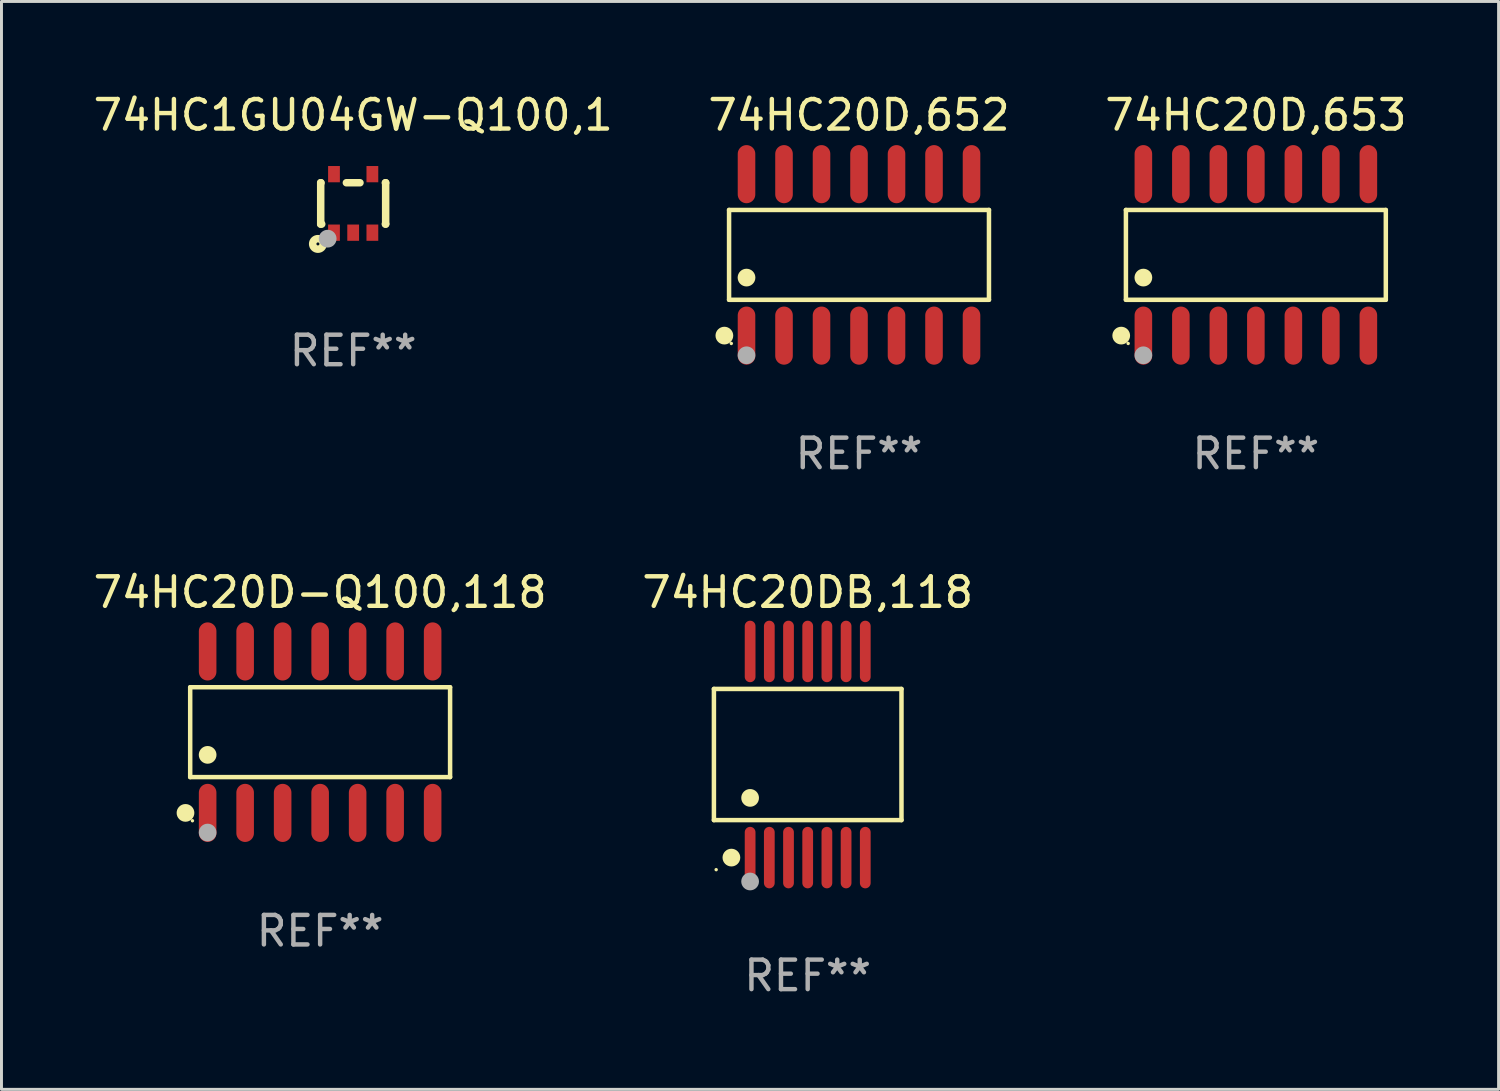
<source format=kicad_pcb>
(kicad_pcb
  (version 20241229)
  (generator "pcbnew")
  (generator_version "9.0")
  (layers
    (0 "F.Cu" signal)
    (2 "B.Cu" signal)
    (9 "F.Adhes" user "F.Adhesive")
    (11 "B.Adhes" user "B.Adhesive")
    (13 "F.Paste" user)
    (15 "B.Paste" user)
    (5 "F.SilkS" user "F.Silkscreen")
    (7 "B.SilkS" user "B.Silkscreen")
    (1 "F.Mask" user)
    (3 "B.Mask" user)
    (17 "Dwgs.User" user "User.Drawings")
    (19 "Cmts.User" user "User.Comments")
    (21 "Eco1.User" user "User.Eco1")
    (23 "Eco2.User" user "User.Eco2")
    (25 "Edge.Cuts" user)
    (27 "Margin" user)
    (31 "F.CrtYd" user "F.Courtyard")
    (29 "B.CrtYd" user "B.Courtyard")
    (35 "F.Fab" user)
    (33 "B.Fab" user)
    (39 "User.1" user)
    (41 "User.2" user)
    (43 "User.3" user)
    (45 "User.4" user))
  (footprint "74HC20DB,118"
    (layer "F.Cu")
    (at 24.304 22.503)
    (property "Reference" "74HC20DB,118" (at 0 -5.491 0) (layer "F.SilkS") (effects (font (size 1 1) (thickness 0.15))))
    (attr through_hole)
    (fp_line (start -3.176 -2.221) (end 3.176 -2.221) (stroke (width 0.152) (type solid)) (layer "F.SilkS"))
    (fp_line (start -3.176 2.221) (end -3.176 -2.221) (stroke (width 0.152) (type solid)) (layer "F.SilkS"))
    (fp_line (start 3.176 -2.221) (end 3.176 2.221) (stroke (width 0.152) (type solid)) (layer "F.SilkS"))
    (fp_line (start 3.176 2.221) (end -3.176 2.221) (stroke (width 0.152) (type solid)) (layer "F.SilkS"))
    (fp_circle (center -3.1 3.9) (end -3.07 3.9) (stroke (width 0.06) (type solid)) (fill no) (layer "F.SilkS"))
    (fp_circle (center -2.584 3.491) (end -2.434 3.491) (stroke (width 0.3) (type solid)) (fill no) (layer "F.SilkS"))
    (fp_circle (center -1.95 1.469) (end -1.8 1.469) (stroke (width 0.3) (type solid)) (fill no) (layer "F.SilkS"))
    (fp_circle (center -1.95 4.3) (end -1.8 4.3) (stroke (width 0.3) (type solid)) (fill no) (layer "F.Fab"))
    (fp_text user "REF**" (at 0 7.491 0) (layer "F.Fab") (effects (font (size 1 1) (thickness 0.15))))
    (pad "1" smd oval (at -1.95 3.491) (size 0.364 2.082) (layers "F.Cu" "F.Mask" "F.Paste"))
    (pad "2" smd oval (at -1.3 3.491) (size 0.364 2.082) (layers "F.Cu" "F.Mask" "F.Paste"))
    (pad "3" smd oval (at -0.65 3.491) (size 0.364 2.082) (layers "F.Cu" "F.Mask" "F.Paste"))
    (pad "4" smd oval (at 0 3.491) (size 0.364 2.082) (layers "F.Cu" "F.Mask" "F.Paste"))
    (pad "5" smd oval (at 0.65 3.491) (size 0.364 2.082) (layers "F.Cu" "F.Mask" "F.Paste"))
    (pad "6" smd oval (at 1.3 3.491) (size 0.364 2.082) (layers "F.Cu" "F.Mask" "F.Paste"))
    (pad "7" smd oval (at 1.95 3.491) (size 0.364 2.082) (layers "F.Cu" "F.Mask" "F.Paste"))
    (pad "8" smd oval (at 1.95 -3.491) (size 0.364 2.082) (layers "F.Cu" "F.Mask" "F.Paste"))
    (pad "9" smd oval (at 1.3 -3.491) (size 0.364 2.082) (layers "F.Cu" "F.Mask" "F.Paste"))
    (pad "10" smd oval (at 0.65 -3.491) (size 0.364 2.082) (layers "F.Cu" "F.Mask" "F.Paste"))
    (pad "11" smd oval (at 0 -3.491) (size 0.364 2.082) (layers "F.Cu" "F.Mask" "F.Paste"))
    (pad "12" smd oval (at -0.65 -3.491) (size 0.364 2.082) (layers "F.Cu" "F.Mask" "F.Paste"))
    (pad "13" smd oval (at -1.3 -3.491) (size 0.364 2.082) (layers "F.Cu" "F.Mask" "F.Paste"))
    (pad "14" smd oval (at -1.95 -3.491) (size 0.364 2.082) (layers "F.Cu" "F.Mask" "F.Paste")))
  (footprint "74HC20D,652"
    (layer "F.Cu")
    (at 26.042 5.582)
    (property "Reference" "74HC20D,652" (at 0 -4.734 0) (layer "F.SilkS") (effects (font (size 1 1) (thickness 0.15))))
    (attr through_hole)
    (fp_line (start -4.401 -1.521) (end 4.401 -1.521) (stroke (width 0.152) (type solid)) (layer "F.SilkS"))
    (fp_line (start -4.401 1.521) (end -4.401 -1.521) (stroke (width 0.152) (type solid)) (layer "F.SilkS"))
    (fp_line (start 4.401 -1.521) (end 4.401 1.521) (stroke (width 0.152) (type solid)) (layer "F.SilkS"))
    (fp_line (start 4.401 1.521) (end -4.401 1.521) (stroke (width 0.152) (type solid)) (layer "F.SilkS"))
    (fp_circle (center -4.56 2.734) (end -4.41 2.734) (stroke (width 0.3) (type solid)) (fill no) (layer "F.SilkS"))
    (fp_circle (center -4.325 3) (end -4.295 3) (stroke (width 0.06) (type solid)) (fill no) (layer "F.SilkS"))
    (fp_circle (center -3.81 0.769) (end -3.66 0.769) (stroke (width 0.3) (type solid)) (fill no) (layer "F.SilkS"))
    (fp_circle (center -3.81 3.4) (end -3.66 3.4) (stroke (width 0.3) (type solid)) (fill no) (layer "F.Fab"))
    (fp_text user "REF**" (at 0 6.734 0) (layer "F.Fab") (effects (font (size 1 1) (thickness 0.15))))
    (pad "1" smd oval (at -3.81 2.734) (size 0.595 1.968) (layers "F.Cu" "F.Mask" "F.Paste"))
    (pad "2" smd oval (at -2.54 2.734) (size 0.595 1.968) (layers "F.Cu" "F.Mask" "F.Paste"))
    (pad "3" smd oval (at -1.27 2.734) (size 0.595 1.968) (layers "F.Cu" "F.Mask" "F.Paste"))
    (pad "4" smd oval (at 0 2.734) (size 0.595 1.968) (layers "F.Cu" "F.Mask" "F.Paste"))
    (pad "5" smd oval (at 1.27 2.734) (size 0.595 1.968) (layers "F.Cu" "F.Mask" "F.Paste"))
    (pad "6" smd oval (at 2.54 2.734) (size 0.595 1.968) (layers "F.Cu" "F.Mask" "F.Paste"))
    (pad "7" smd oval (at 3.81 2.734) (size 0.595 1.968) (layers "F.Cu" "F.Mask" "F.Paste"))
    (pad "8" smd oval (at 3.81 -2.734) (size 0.595 1.968) (layers "F.Cu" "F.Mask" "F.Paste"))
    (pad "9" smd oval (at 2.54 -2.734) (size 0.595 1.968) (layers "F.Cu" "F.Mask" "F.Paste"))
    (pad "10" smd oval (at 1.27 -2.734) (size 0.595 1.968) (layers "F.Cu" "F.Mask" "F.Paste"))
    (pad "11" smd oval (at 0 -2.734) (size 0.595 1.968) (layers "F.Cu" "F.Mask" "F.Paste"))
    (pad "12" smd oval (at -1.27 -2.734) (size 0.595 1.968) (layers "F.Cu" "F.Mask" "F.Paste"))
    (pad "13" smd oval (at -2.54 -2.734) (size 0.595 1.968) (layers "F.Cu" "F.Mask" "F.Paste"))
    (pad "14" smd oval (at -3.81 -2.734) (size 0.595 1.968) (layers "F.Cu" "F.Mask" "F.Paste")))
  (footprint "74HC1GU04GW-Q100,1"
    (layer "F.Cu")
    (at 8.911 3.839)
    (property "Reference" "74HC1GU04GW-Q100,1" (at 0 -2.991 0) (layer "F.SilkS") (effects (font (size 1 1) (thickness 0.15))))
    (attr through_hole)
    (fp_line (start -1.1 -0.7) (end -1.1 0.7) (stroke (width 0.254) (type solid)) (layer "F.SilkS"))
    (fp_line (start -1.1 -0.7) (end -1.09 -0.7) (stroke (width 0.254) (type solid)) (layer "F.SilkS"))
    (fp_line (start -1.1 0.7) (end -1.065 0.7) (stroke (width 0.254) (type solid)) (layer "F.SilkS"))
    (fp_line (start -0.23 -0.7) (end 0.23 -0.7) (stroke (width 0.254) (type solid)) (layer "F.SilkS"))
    (fp_line (start 1.09 -0.7) (end 1.1 -0.7) (stroke (width 0.254) (type solid)) (layer "F.SilkS"))
    (fp_line (start 1.09 0.7) (end 1.1 0.7) (stroke (width 0.254) (type solid)) (layer "F.SilkS"))
    (fp_line (start 1.1 -0.7) (end 1.1 0.7) (stroke (width 0.254) (type solid)) (layer "F.SilkS"))
    (fp_circle (center -1.194 1.372) (end -1.143 1.372) (stroke (width 0.254) (type solid)) (fill no) (layer "F.SilkS"))
    (fp_circle (center -1.05 1.063) (end -1.02 1.063) (stroke (width 0.06) (type solid)) (fill no) (layer "F.SilkS"))
    (fp_circle (center -0.864 1.194) (end -0.713 1.194) (stroke (width 0.3) (type solid)) (fill no) (layer "F.Fab"))
    (fp_text user "REF**" (at 0 4.991 0) (layer "F.Fab") (effects (font (size 1 1) (thickness 0.15))))
    (pad "1" smd rect (at -0.65 0.991 180) (size 0.399 0.551) (layers "F.Cu" "F.Mask" "F.Paste"))
    (pad "2" smd rect (at 0 0.991 180) (size 0.399 0.551) (layers "F.Cu" "F.Mask" "F.Paste"))
    (pad "3" smd rect (at 0.65 0.991 180) (size 0.399 0.551) (layers "F.Cu" "F.Mask" "F.Paste"))
    (pad "4" smd rect (at 0.65 -0.991 180) (size 0.399 0.551) (layers "F.Cu" "F.Mask" "F.Paste"))
    (pad "5" smd rect (at -0.65 -0.991 180) (size 0.399 0.551) (layers "F.Cu" "F.Mask" "F.Paste")))
  (footprint "74HC20D-Q100,118"
    (layer "F.Cu")
    (at 7.792 21.746)
    (property "Reference" "74HC20D-Q100,118" (at 0 -4.734 0) (layer "F.SilkS") (effects (font (size 1 1) (thickness 0.15))))
    (attr through_hole)
    (fp_line (start -4.401 -1.521) (end 4.401 -1.521) (stroke (width 0.152) (type solid)) (layer "F.SilkS"))
    (fp_line (start -4.401 1.521) (end -4.401 -1.521) (stroke (width 0.152) (type solid)) (layer "F.SilkS"))
    (fp_line (start 4.401 -1.521) (end 4.401 1.521) (stroke (width 0.152) (type solid)) (layer "F.SilkS"))
    (fp_line (start 4.401 1.521) (end -4.401 1.521) (stroke (width 0.152) (type solid)) (layer "F.SilkS"))
    (fp_circle (center -4.56 2.734) (end -4.41 2.734) (stroke (width 0.3) (type solid)) (fill no) (layer "F.SilkS"))
    (fp_circle (center -4.325 3) (end -4.295 3) (stroke (width 0.06) (type solid)) (fill no) (layer "F.SilkS"))
    (fp_circle (center -3.81 0.769) (end -3.66 0.769) (stroke (width 0.3) (type solid)) (fill no) (layer "F.SilkS"))
    (fp_circle (center -3.81 3.4) (end -3.66 3.4) (stroke (width 0.3) (type solid)) (fill no) (layer "F.Fab"))
    (fp_text user "REF**" (at 0 6.734 0) (layer "F.Fab") (effects (font (size 1 1) (thickness 0.15))))
    (pad "1" smd oval (at -3.81 2.734) (size 0.595 1.968) (layers "F.Cu" "F.Mask" "F.Paste"))
    (pad "2" smd oval (at -2.54 2.734) (size 0.595 1.968) (layers "F.Cu" "F.Mask" "F.Paste"))
    (pad "3" smd oval (at -1.27 2.734) (size 0.595 1.968) (layers "F.Cu" "F.Mask" "F.Paste"))
    (pad "4" smd oval (at 0 2.734) (size 0.595 1.968) (layers "F.Cu" "F.Mask" "F.Paste"))
    (pad "5" smd oval (at 1.27 2.734) (size 0.595 1.968) (layers "F.Cu" "F.Mask" "F.Paste"))
    (pad "6" smd oval (at 2.54 2.734) (size 0.595 1.968) (layers "F.Cu" "F.Mask" "F.Paste"))
    (pad "7" smd oval (at 3.81 2.734) (size 0.595 1.968) (layers "F.Cu" "F.Mask" "F.Paste"))
    (pad "8" smd oval (at 3.81 -2.734) (size 0.595 1.968) (layers "F.Cu" "F.Mask" "F.Paste"))
    (pad "9" smd oval (at 2.54 -2.734) (size 0.595 1.968) (layers "F.Cu" "F.Mask" "F.Paste"))
    (pad "10" smd oval (at 1.27 -2.734) (size 0.595 1.968) (layers "F.Cu" "F.Mask" "F.Paste"))
    (pad "11" smd oval (at 0 -2.734) (size 0.595 1.968) (layers "F.Cu" "F.Mask" "F.Paste"))
    (pad "12" smd oval (at -1.27 -2.734) (size 0.595 1.968) (layers "F.Cu" "F.Mask" "F.Paste"))
    (pad "13" smd oval (at -2.54 -2.734) (size 0.595 1.968) (layers "F.Cu" "F.Mask" "F.Paste"))
    (pad "14" smd oval (at -3.81 -2.734) (size 0.595 1.968) (layers "F.Cu" "F.Mask" "F.Paste")))
  (footprint "74HC20D,653"
    (layer "F.Cu")
    (at 39.482 5.582)
    (property "Reference" "74HC20D,653" (at 0 -4.734 0) (layer "F.SilkS") (effects (font (size 1 1) (thickness 0.15))))
    (attr through_hole)
    (fp_line (start -4.401 -1.521) (end 4.401 -1.521) (stroke (width 0.152) (type solid)) (layer "F.SilkS"))
    (fp_line (start -4.401 1.521) (end -4.401 -1.521) (stroke (width 0.152) (type solid)) (layer "F.SilkS"))
    (fp_line (start 4.401 -1.521) (end 4.401 1.521) (stroke (width 0.152) (type solid)) (layer "F.SilkS"))
    (fp_line (start 4.401 1.521) (end -4.401 1.521) (stroke (width 0.152) (type solid)) (layer "F.SilkS"))
    (fp_circle (center -4.56 2.734) (end -4.41 2.734) (stroke (width 0.3) (type solid)) (fill no) (layer "F.SilkS"))
    (fp_circle (center -4.325 3) (end -4.295 3) (stroke (width 0.06) (type solid)) (fill no) (layer "F.SilkS"))
    (fp_circle (center -3.81 0.769) (end -3.66 0.769) (stroke (width 0.3) (type solid)) (fill no) (layer "F.SilkS"))
    (fp_circle (center -3.81 3.4) (end -3.66 3.4) (stroke (width 0.3) (type solid)) (fill no) (layer "F.Fab"))
    (fp_text user "REF**" (at 0 6.734 0) (layer "F.Fab") (effects (font (size 1 1) (thickness 0.15))))
    (pad "1" smd oval (at -3.81 2.734) (size 0.595 1.968) (layers "F.Cu" "F.Mask" "F.Paste"))
    (pad "2" smd oval (at -2.54 2.734) (size 0.595 1.968) (layers "F.Cu" "F.Mask" "F.Paste"))
    (pad "3" smd oval (at -1.27 2.734) (size 0.595 1.968) (layers "F.Cu" "F.Mask" "F.Paste"))
    (pad "4" smd oval (at 0 2.734) (size 0.595 1.968) (layers "F.Cu" "F.Mask" "F.Paste"))
    (pad "5" smd oval (at 1.27 2.734) (size 0.595 1.968) (layers "F.Cu" "F.Mask" "F.Paste"))
    (pad "6" smd oval (at 2.54 2.734) (size 0.595 1.968) (layers "F.Cu" "F.Mask" "F.Paste"))
    (pad "7" smd oval (at 3.81 2.734) (size 0.595 1.968) (layers "F.Cu" "F.Mask" "F.Paste"))
    (pad "8" smd oval (at 3.81 -2.734) (size 0.595 1.968) (layers "F.Cu" "F.Mask" "F.Paste"))
    (pad "9" smd oval (at 2.54 -2.734) (size 0.595 1.968) (layers "F.Cu" "F.Mask" "F.Paste"))
    (pad "10" smd oval (at 1.27 -2.734) (size 0.595 1.968) (layers "F.Cu" "F.Mask" "F.Paste"))
    (pad "11" smd oval (at 0 -2.734) (size 0.595 1.968) (layers "F.Cu" "F.Mask" "F.Paste"))
    (pad "12" smd oval (at -1.27 -2.734) (size 0.595 1.968) (layers "F.Cu" "F.Mask" "F.Paste"))
    (pad "13" smd oval (at -2.54 -2.734) (size 0.595 1.968) (layers "F.Cu" "F.Mask" "F.Paste"))
    (pad "14" smd oval (at -3.81 -2.734) (size 0.595 1.968) (layers "F.Cu" "F.Mask" "F.Paste")))
  (gr_rect
    (start -3 -3)
    (end 47.702 33.843)
    (stroke (width 0.1) (type default))
    (fill no)
    (layer "Edge.Cuts")))
</source>
